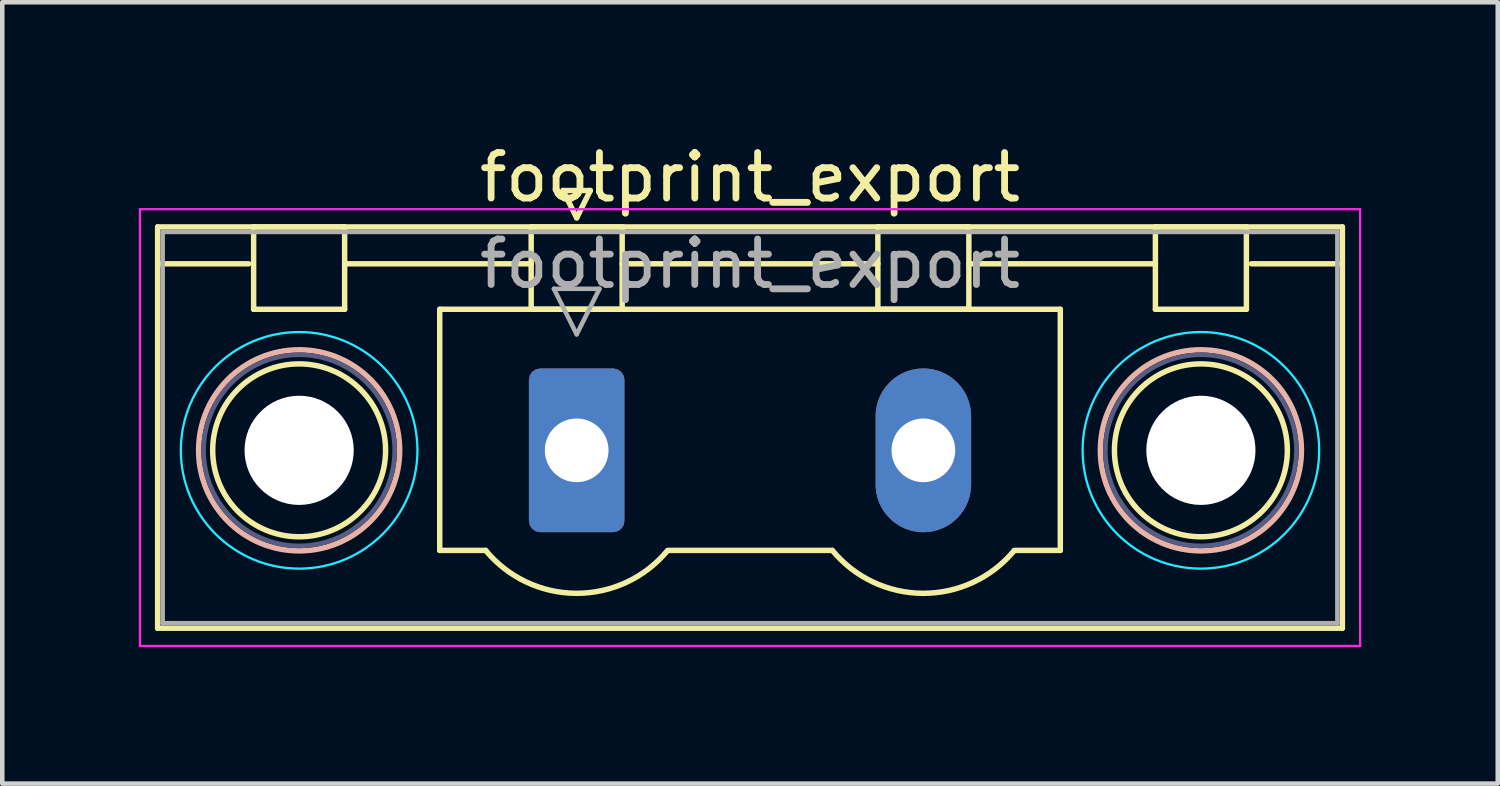
<source format=kicad_pcb>
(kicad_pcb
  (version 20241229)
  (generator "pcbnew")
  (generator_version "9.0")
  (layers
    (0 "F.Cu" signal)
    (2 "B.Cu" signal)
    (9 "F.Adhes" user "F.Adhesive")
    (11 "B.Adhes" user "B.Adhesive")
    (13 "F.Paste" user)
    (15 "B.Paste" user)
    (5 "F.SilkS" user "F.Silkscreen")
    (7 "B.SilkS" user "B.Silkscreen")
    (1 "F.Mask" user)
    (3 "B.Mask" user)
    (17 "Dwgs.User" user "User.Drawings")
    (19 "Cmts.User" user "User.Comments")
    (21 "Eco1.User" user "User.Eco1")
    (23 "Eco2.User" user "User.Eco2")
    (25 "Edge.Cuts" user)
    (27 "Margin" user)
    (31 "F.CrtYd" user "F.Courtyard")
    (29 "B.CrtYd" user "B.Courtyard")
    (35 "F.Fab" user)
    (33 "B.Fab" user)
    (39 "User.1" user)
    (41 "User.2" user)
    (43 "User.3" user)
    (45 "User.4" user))
  (footprint "footprint_export"
    (layer "F.Cu")
    (at 9.625 6.848)
    (property "Reference" "footprint_export" (at 3.81 -6 0) (layer "F.SilkS") (effects (font (size 1 1) (thickness 0.15))))
    (attr through_hole)
    (fp_line (start -9.21 -4.91) (end -9.21 3.91) (stroke (width 0.12) (type solid)) (layer "F.SilkS"))
    (fp_line (start -9.21 -4.1) (end -7.21 -4.1) (stroke (width 0.12) (type solid)) (layer "F.SilkS"))
    (fp_line (start -9.21 3.91) (end 16.83 3.91) (stroke (width 0.12) (type solid)) (layer "F.SilkS"))
    (fp_line (start -7.1 -4.91) (end -5.1 -4.91) (stroke (width 0.12) (type solid)) (layer "F.SilkS"))
    (fp_line (start -7.1 -3.1) (end -7.1 -4.91) (stroke (width 0.12) (type solid)) (layer "F.SilkS"))
    (fp_line (start -5.1 -4.91) (end -5.1 -3.1) (stroke (width 0.12) (type solid)) (layer "F.SilkS"))
    (fp_line (start -5.1 -4.1) (end -1 -4.1) (stroke (width 0.12) (type solid)) (layer "F.SilkS"))
    (fp_line (start -5.1 -3.1) (end -7.1 -3.1) (stroke (width 0.12) (type solid)) (layer "F.SilkS"))
    (fp_line (start -3.01 -3.1) (end 10.63 -3.1) (stroke (width 0.12) (type solid)) (layer "F.SilkS"))
    (fp_line (start -3.01 2.2) (end -3.01 -3.1) (stroke (width 0.12) (type solid)) (layer "F.SilkS"))
    (fp_line (start -2 2.2) (end -3.01 2.2) (stroke (width 0.12) (type solid)) (layer "F.SilkS"))
    (fp_line (start -1 -4.91) (end 1 -4.91) (stroke (width 0.12) (type solid)) (layer "F.SilkS"))
    (fp_line (start -1 -3.1) (end -1 -4.91) (stroke (width 0.12) (type solid)) (layer "F.SilkS"))
    (fp_line (start -0.3 -5.71) (end 0.3 -5.71) (stroke (width 0.12) (type solid)) (layer "F.SilkS"))
    (fp_line (start 0 -5.11) (end -0.3 -5.71) (stroke (width 0.12) (type solid)) (layer "F.SilkS"))
    (fp_line (start 0.3 -5.71) (end 0 -5.11) (stroke (width 0.12) (type solid)) (layer "F.SilkS"))
    (fp_line (start 1 -4.91) (end 1 -3.1) (stroke (width 0.12) (type solid)) (layer "F.SilkS"))
    (fp_line (start 1 -4.1) (end 6.62 -4.1) (stroke (width 0.12) (type solid)) (layer "F.SilkS"))
    (fp_line (start 1 -3.1) (end -1 -3.1) (stroke (width 0.12) (type solid)) (layer "F.SilkS"))
    (fp_line (start 2 2.2) (end 5.62 2.2) (stroke (width 0.12) (type solid)) (layer "F.SilkS"))
    (fp_line (start 6.62 -4.91) (end 8.62 -4.91) (stroke (width 0.12) (type solid)) (layer "F.SilkS"))
    (fp_line (start 6.62 -3.1) (end 6.62 -4.91) (stroke (width 0.12) (type solid)) (layer "F.SilkS"))
    (fp_line (start 8.62 -4.91) (end 8.62 -3.1) (stroke (width 0.12) (type solid)) (layer "F.SilkS"))
    (fp_line (start 8.62 -4.1) (end 12.72 -4.1) (stroke (width 0.12) (type solid)) (layer "F.SilkS"))
    (fp_line (start 8.62 -3.1) (end 6.62 -3.1) (stroke (width 0.12) (type solid)) (layer "F.SilkS"))
    (fp_line (start 10.63 -3.1) (end 10.63 2.2) (stroke (width 0.12) (type solid)) (layer "F.SilkS"))
    (fp_line (start 10.63 2.2) (end 9.62 2.2) (stroke (width 0.12) (type solid)) (layer "F.SilkS"))
    (fp_line (start 12.72 -4.91) (end 14.72 -4.91) (stroke (width 0.12) (type solid)) (layer "F.SilkS"))
    (fp_line (start 12.72 -3.1) (end 12.72 -4.91) (stroke (width 0.12) (type solid)) (layer "F.SilkS"))
    (fp_line (start 14.72 -4.91) (end 14.72 -3.1) (stroke (width 0.12) (type solid)) (layer "F.SilkS"))
    (fp_line (start 14.72 -3.1) (end 12.72 -3.1) (stroke (width 0.12) (type solid)) (layer "F.SilkS"))
    (fp_line (start 16.83 -4.91) (end -9.21 -4.91) (stroke (width 0.12) (type solid)) (layer "F.SilkS"))
    (fp_line (start 16.83 -4.1) (end 14.83 -4.1) (stroke (width 0.12) (type solid)) (layer "F.SilkS"))
    (fp_line (start 16.83 3.91) (end 16.83 -4.91) (stroke (width 0.12) (type solid)) (layer "F.SilkS"))
    (fp_arc (start 1.986842 2.215821) (mid -0.010289 3.142758) (end -2 2.2) (stroke (width 0.12) (type solid)) (layer "F.SilkS"))
    (fp_arc (start 9.606842 2.215821) (mid 7.609711 3.142758) (end 5.62 2.2) (stroke (width 0.12) (type solid)) (layer "F.SilkS"))
    (fp_circle (center -6.1 0) (end -4.2 0) (stroke (width 0.12) (type solid)) (fill no) (layer "F.SilkS"))
    (fp_circle (center 13.72 0) (end 15.62 0) (stroke (width 0.12) (type solid)) (fill no) (layer "F.SilkS"))
    (fp_circle (center -6.1 0) (end -3.89 0) (stroke (width 0.12) (type solid)) (fill no) (layer "B.SilkS"))
    (fp_circle (center 13.72 0) (end 15.93 0) (stroke (width 0.12) (type solid)) (fill no) (layer "B.SilkS"))
    (fp_circle (center -6.1 0) (end -3.5 0) (stroke (width 0.05) (type solid)) (fill no) (layer "B.CrtYd"))
    (fp_circle (center 13.72 0) (end 16.32 0) (stroke (width 0.05) (type solid)) (fill no) (layer "B.CrtYd"))
    (fp_line (start -9.6 -5.3) (end -9.6 4.3) (stroke (width 0.05) (type solid)) (layer "F.CrtYd"))
    (fp_line (start -9.6 4.3) (end 17.22 4.3) (stroke (width 0.05) (type solid)) (layer "F.CrtYd"))
    (fp_line (start 17.22 -5.3) (end -9.6 -5.3) (stroke (width 0.05) (type solid)) (layer "F.CrtYd"))
    (fp_line (start 17.22 4.3) (end 17.22 -5.3) (stroke (width 0.05) (type solid)) (layer "F.CrtYd"))
    (fp_circle (center -6.1 0) (end -4 0) (stroke (width 0.1) (type solid)) (fill no) (layer "B.Fab"))
    (fp_circle (center 13.72 0) (end 15.82 0) (stroke (width 0.1) (type solid)) (fill no) (layer "B.Fab"))
    (fp_line (start -9.1 -4.8) (end -9.1 3.8) (stroke (width 0.1) (type solid)) (layer "F.Fab"))
    (fp_line (start -9.1 3.8) (end 16.72 3.8) (stroke (width 0.1) (type solid)) (layer "F.Fab"))
    (fp_line (start -0.5 -3.55) (end 0.5 -3.55) (stroke (width 0.1) (type solid)) (layer "F.Fab"))
    (fp_line (start 0 -2.55) (end -0.5 -3.55) (stroke (width 0.1) (type solid)) (layer "F.Fab"))
    (fp_line (start 0.5 -3.55) (end 0 -2.55) (stroke (width 0.1) (type solid)) (layer "F.Fab"))
    (fp_line (start 16.72 -4.8) (end -9.1 -4.8) (stroke (width 0.1) (type solid)) (layer "F.Fab"))
    (fp_line (start 16.72 3.8) (end 16.72 -4.8) (stroke (width 0.1) (type solid)) (layer "F.Fab"))
    (fp_text user "${REFERENCE}" (at 3.81 -4.1 0) (layer "F.Fab") (effects (font (size 1 1) (thickness 0.15))))
    (pad "" np_thru_hole circle (at -6.1 0) (size 2.4 2.4) (drill 2.4) (layers "*.Cu" "*.Mask"))
    (pad "" np_thru_hole circle (at 13.72 0) (size 2.4 2.4) (drill 2.4) (layers "*.Cu" "*.Mask"))
    (pad "1" thru_hole roundrect (at 0 0) (size 2.1 3.6) (drill 1.4) (layers "*.Cu" "*.Mask") (roundrect_rratio 0.119))
    (pad "2" thru_hole oval (at 7.62 0) (size 2.1 3.6) (drill 1.4) (layers "*.Cu" "*.Mask")))
  (gr_rect
    (start -3 -3)
    (end 29.87 14.173)
    (stroke (width 0.1) (type default))
    (fill no)
    (layer "Edge.Cuts")))
</source>
